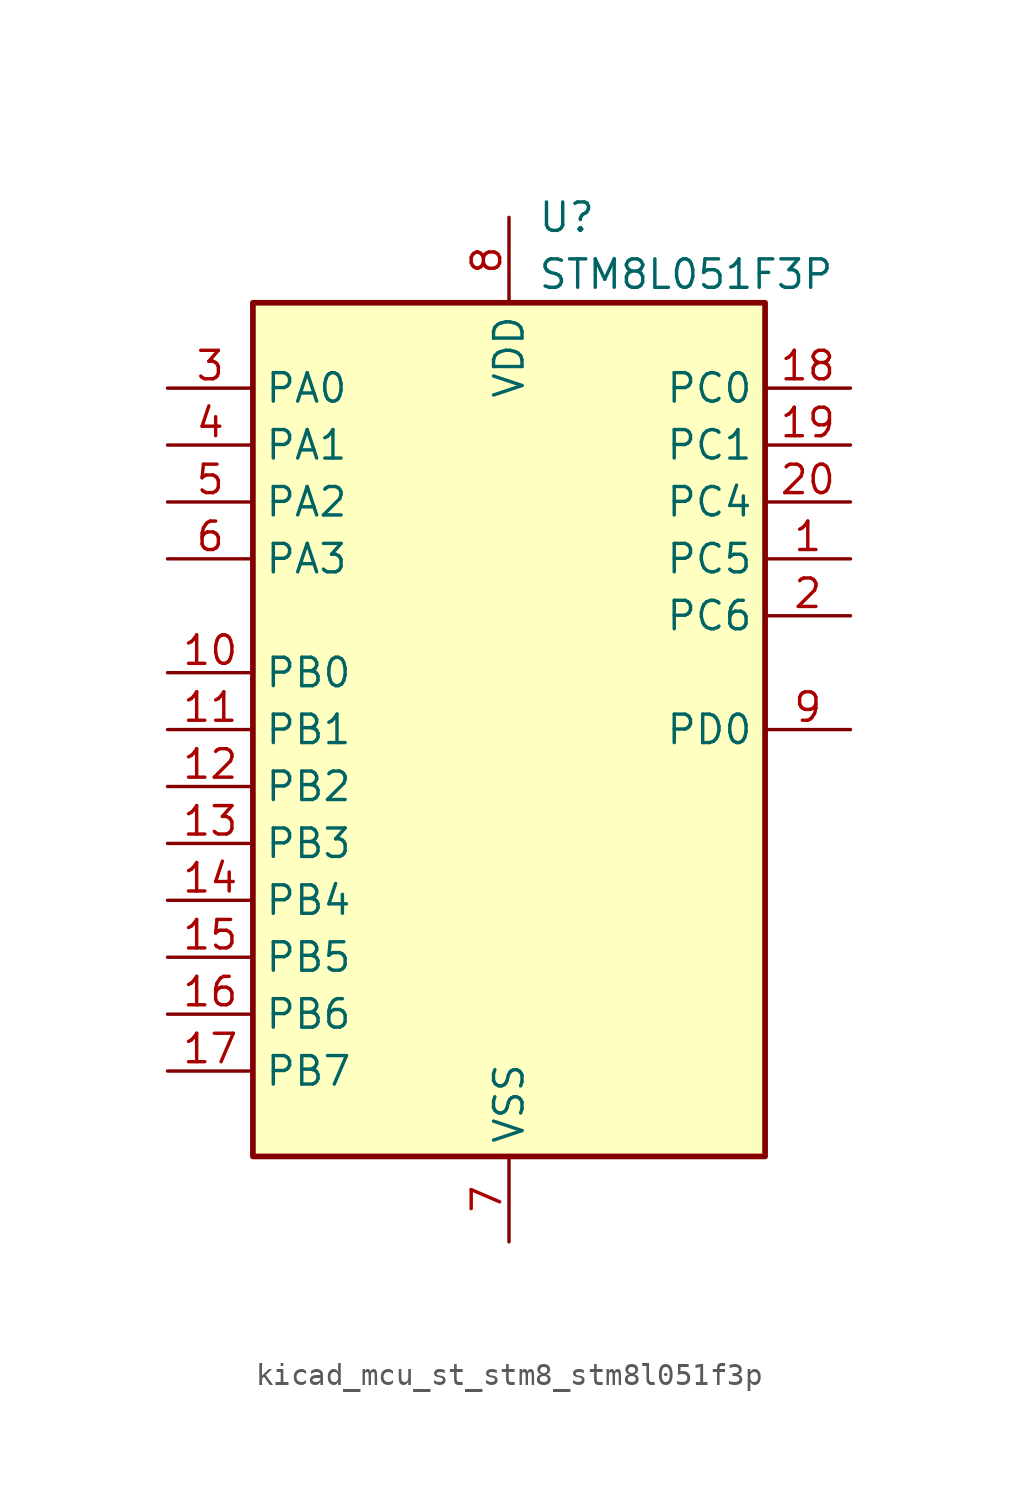
<source format=kicad_sym>
(kicad_symbol_lib
  (version 20220914)
  (generator kicad_symbol_editor)
  (symbol "kicad_mcu_st_stm8_stm8l051f3p"
    (property "Reference" "U"
      (at 1.27 22.86 0)
      (effects (font (size 1.27 1.27)) (justify left)))
    (property "Value" "STM8L051F3P"
      (at 1.27 20.32 0)
      (effects (font (size 1.27 1.27)) (justify left)))
    (symbol "kicad_mcu_st_stm8_stm8l051f3p_0_1"
      (rectangle (start -11.43 19.05) (end 11.43 -19.05) (stroke (width 0.254) (type default)) (fill (type background))))
    (symbol "kicad_mcu_st_stm8_stm8l051f3p_1_1"
      (pin bidirectional line (at 15.24 7.62 180) (length 3.81) (name "PC5" (effects (font (size 1.27 1.27)))) (number "1" (effects (font (size 1.27 1.27)))))
      (pin bidirectional line (at -15.24 2.54 0) (length 3.81) (name "PB0" (effects (font (size 1.27 1.27)))) (number "10" (effects (font (size 1.27 1.27)))))
      (pin bidirectional line (at -15.24 0 0) (length 3.81) (name "PB1" (effects (font (size 1.27 1.27)))) (number "11" (effects (font (size 1.27 1.27)))))
      (pin bidirectional line (at -15.24 -2.54 0) (length 3.81) (name "PB2" (effects (font (size 1.27 1.27)))) (number "12" (effects (font (size 1.27 1.27)))))
      (pin bidirectional line (at -15.24 -5.08 0) (length 3.81) (name "PB3" (effects (font (size 1.27 1.27)))) (number "13" (effects (font (size 1.27 1.27)))))
      (pin bidirectional line (at -15.24 -7.62 0) (length 3.81) (name "PB4" (effects (font (size 1.27 1.27)))) (number "14" (effects (font (size 1.27 1.27)))))
      (pin bidirectional line (at -15.24 -10.16 0) (length 3.81) (name "PB5" (effects (font (size 1.27 1.27)))) (number "15" (effects (font (size 1.27 1.27)))))
      (pin bidirectional line (at -15.24 -12.7 0) (length 3.81) (name "PB6" (effects (font (size 1.27 1.27)))) (number "16" (effects (font (size 1.27 1.27)))))
      (pin bidirectional line (at -15.24 -15.24 0) (length 3.81) (name "PB7" (effects (font (size 1.27 1.27)))) (number "17" (effects (font (size 1.27 1.27)))))
      (pin bidirectional line (at 15.24 15.24 180) (length 3.81) (name "PC0" (effects (font (size 1.27 1.27)))) (number "18" (effects (font (size 1.27 1.27)))))
      (pin bidirectional line (at 15.24 12.7 180) (length 3.81) (name "PC1" (effects (font (size 1.27 1.27)))) (number "19" (effects (font (size 1.27 1.27)))))
      (pin bidirectional line (at 15.24 5.08 180) (length 3.81) (name "PC6" (effects (font (size 1.27 1.27)))) (number "2" (effects (font (size 1.27 1.27)))))
      (pin bidirectional line (at 15.24 10.16 180) (length 3.81) (name "PC4" (effects (font (size 1.27 1.27)))) (number "20" (effects (font (size 1.27 1.27)))))
      (pin power_in line (at -15.24 15.24 0) (length 3.81) (name "PA0" (effects (font (size 1.27 1.27)))) (number "3" (effects (font (size 1.27 1.27)))))
      (pin bidirectional line (at -15.24 12.7 0) (length 3.81) (name "PA1" (effects (font (size 1.27 1.27)))) (number "4" (effects (font (size 1.27 1.27)))))
      (pin bidirectional line (at -15.24 10.16 0) (length 3.81) (name "PA2" (effects (font (size 1.27 1.27)))) (number "5" (effects (font (size 1.27 1.27)))))
      (pin bidirectional line (at -15.24 7.62 0) (length 3.81) (name "PA3" (effects (font (size 1.27 1.27)))) (number "6" (effects (font (size 1.27 1.27)))))
      (pin power_in line (at 0 -22.86 90) (length 3.81) (name "VSS" (effects (font (size 1.27 1.27)))) (number "7" (effects (font (size 1.27 1.27)))))
      (pin power_in line (at 0 22.86 270) (length 3.81) (name "VDD" (effects (font (size 1.27 1.27)))) (number "8" (effects (font (size 1.27 1.27)))))
      (pin bidirectional line (at 15.24 0 180) (length 3.81) (name "PD0" (effects (font (size 1.27 1.27)))) (number "9" (effects (font (size 1.27 1.27))))))))
</source>
